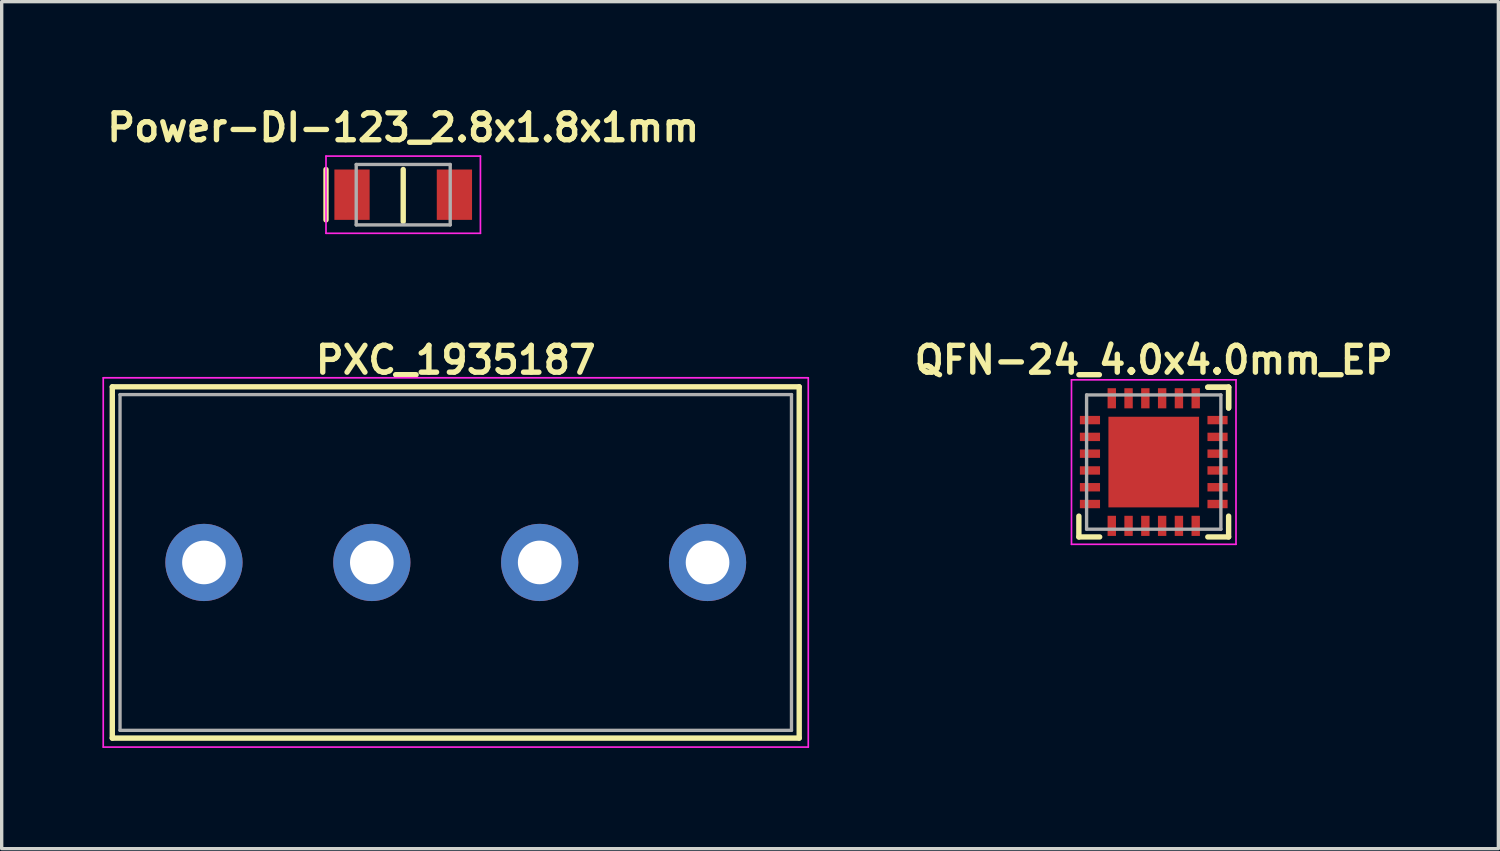
<source format=kicad_pcb>
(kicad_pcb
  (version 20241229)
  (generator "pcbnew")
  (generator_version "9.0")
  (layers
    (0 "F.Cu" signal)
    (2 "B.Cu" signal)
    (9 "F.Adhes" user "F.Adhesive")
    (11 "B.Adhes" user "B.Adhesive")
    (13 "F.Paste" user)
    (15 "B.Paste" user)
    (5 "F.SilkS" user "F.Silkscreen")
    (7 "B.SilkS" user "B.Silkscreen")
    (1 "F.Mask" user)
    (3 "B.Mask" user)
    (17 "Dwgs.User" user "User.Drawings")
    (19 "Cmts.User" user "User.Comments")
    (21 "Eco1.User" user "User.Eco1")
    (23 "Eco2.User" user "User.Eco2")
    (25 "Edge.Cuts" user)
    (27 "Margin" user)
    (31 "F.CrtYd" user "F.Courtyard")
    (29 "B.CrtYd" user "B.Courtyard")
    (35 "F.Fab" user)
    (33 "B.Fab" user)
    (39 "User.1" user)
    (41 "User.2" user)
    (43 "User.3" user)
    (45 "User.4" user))
  (footprint "PXC_1935187"
    (layer "F.Cu")
    (at 10.525 13.703)
    (property "Reference" "PXC_1935187" (at 0 -6.03 0) (layer "F.SilkS") (effects (font (size 0.8 0.8) (thickness 0.16))))
    (attr through_hole)
    (fp_line (start -10.23 -5.232) (end 10.23 -5.232) (stroke (width 0.16) (type solid)) (layer "F.SilkS"))
    (fp_line (start -10.23 -5.23) (end -10.23 5.232) (stroke (width 0.16) (type solid)) (layer "F.SilkS"))
    (fp_line (start 10.23 5.23) (end 10.23 -5.232) (stroke (width 0.16) (type solid)) (layer "F.SilkS"))
    (fp_line (start 10.23 5.232) (end -10.23 5.232) (stroke (width 0.16) (type solid)) (layer "F.SilkS"))
    (fp_line (start -10.5 -5.5) (end -10.5 5.5) (stroke (width 0.05) (type solid)) (layer "F.CrtYd"))
    (fp_line (start -10.5 -5.5) (end 10.5 -5.5) (stroke (width 0.05) (type solid)) (layer "F.CrtYd"))
    (fp_line (start 10.5 5.5) (end -10.5 5.5) (stroke (width 0.05) (type solid)) (layer "F.CrtYd"))
    (fp_line (start 10.5 5.5) (end 10.5 -5.5) (stroke (width 0.05) (type solid)) (layer "F.CrtYd"))
    (fp_line (start -10 5) (end -10 -5) (stroke (width 0.1) (type solid)) (layer "F.Fab"))
    (fp_line (start -10 5) (end 10 5) (stroke (width 0.1) (type solid)) (layer "F.Fab"))
    (fp_line (start 10 -5) (end -10 -5) (stroke (width 0.1) (type solid)) (layer "F.Fab"))
    (fp_line (start 10 -5) (end 10 5) (stroke (width 0.1) (type solid)) (layer "F.Fab"))
    (pad "1" thru_hole circle (at -7.5 0) (size 2.3 2.3) (drill 1.3) (layers "*.Cu" "*.Mask"))
    (pad "2" thru_hole circle (at -2.5 0) (size 2.3 2.3) (drill 1.3) (layers "*.Cu" "*.Mask"))
    (pad "3" thru_hole circle (at 2.5 0) (size 2.3 2.3) (drill 1.3) (layers "*.Cu" "*.Mask"))
    (pad "4" thru_hole circle (at 7.5 0) (size 2.3 2.3) (drill 1.3) (layers "*.Cu" "*.Mask")))
  (footprint "Power-DI-123_2.8x1.8x1mm"
    (layer "F.Cu")
    (at 8.96 2.749)
    (property "Reference" "Power-DI-123_2.8x1.8x1mm" (at 0 -2 0) (layer "F.SilkS") (effects (font (size 0.8 0.8) (thickness 0.16))))
    (attr through_hole)
    (fp_line (start -2.3 -0.75) (end -2.3 0.75) (stroke (width 0.16) (type solid)) (layer "F.SilkS"))
    (fp_line (start 0 -0.75) (end 0 0.8) (stroke (width 0.16) (type solid)) (layer "F.SilkS"))
    (fp_line (start -2.3 -1.15) (end -2.3 1.15) (stroke (width 0.05) (type solid)) (layer "F.CrtYd"))
    (fp_line (start -2.3 -1.15) (end 2.3 -1.15) (stroke (width 0.05) (type solid)) (layer "F.CrtYd"))
    (fp_line (start 2.3 1.15) (end -2.3 1.15) (stroke (width 0.05) (type solid)) (layer "F.CrtYd"))
    (fp_line (start 2.3 1.15) (end 2.3 -1.15) (stroke (width 0.05) (type solid)) (layer "F.CrtYd"))
    (fp_line (start -1.4 -0.9) (end -1.4 0.9) (stroke (width 0.1) (type solid)) (layer "F.Fab"))
    (fp_line (start -1.4 -0.9) (end 1.4 -0.9) (stroke (width 0.1) (type solid)) (layer "F.Fab"))
    (fp_line (start 1.4 -0.9) (end 1.4 0.9) (stroke (width 0.1) (type solid)) (layer "F.Fab"))
    (fp_line (start 1.4 0.9) (end -1.4 0.9) (stroke (width 0.1) (type solid)) (layer "F.Fab"))
    (pad "1" smd rect (at -1.525 0) (size 1.05 1.5) (layers "F.Cu" "F.Mask" "F.Paste"))
    (pad "2" smd rect (at 1.525 0) (size 1.05 1.5) (layers "F.Cu" "F.Mask" "F.Paste")))
  (footprint "QFN-24_4.0x4.0mm_EP"
    (layer "F.Cu")
    (at 31.315 10.713)
    (property "Reference" "QFN-24_4.0x4.0mm_EP" (at 0 -3.04 0) (layer "F.SilkS") (effects (font (size 0.8 0.8) (thickness 0.16))))
    (attr through_hole)
    (fp_line (start -2.23 2.23) (end -2.23 1.61) (stroke (width 0.16) (type solid)) (layer "F.SilkS"))
    (fp_line (start -1.61 2.23) (end -2.23 2.23) (stroke (width 0.16) (type solid)) (layer "F.SilkS"))
    (fp_line (start 1.61 -2.23) (end 2.23 -2.23) (stroke (width 0.16) (type solid)) (layer "F.SilkS"))
    (fp_line (start 1.61 -2.23) (end 2.23 -2.23) (stroke (width 0.16) (type solid)) (layer "F.SilkS"))
    (fp_line (start 2.23 -2.23) (end 2.23 -1.61) (stroke (width 0.16) (type solid)) (layer "F.SilkS"))
    (fp_line (start 2.23 -2.23) (end 2.23 -1.61) (stroke (width 0.16) (type solid)) (layer "F.SilkS"))
    (fp_line (start 2.23 1.61) (end 2.23 2.23) (stroke (width 0.16) (type solid)) (layer "F.SilkS"))
    (fp_line (start 2.23 2.23) (end 1.61 2.23) (stroke (width 0.16) (type solid)) (layer "F.SilkS"))
    (fp_line (start -2.45 -2.45) (end -2.45 2.45) (stroke (width 0.05) (type solid)) (layer "F.CrtYd"))
    (fp_line (start -2.45 2.45) (end 2.45 2.45) (stroke (width 0.05) (type solid)) (layer "F.CrtYd"))
    (fp_line (start 2.45 -2.45) (end -2.45 -2.45) (stroke (width 0.05) (type solid)) (layer "F.CrtYd"))
    (fp_line (start 2.45 2.45) (end 2.45 -2.45) (stroke (width 0.05) (type solid)) (layer "F.CrtYd"))
    (fp_line (start -2 -2) (end 2 -2) (stroke (width 0.1) (type solid)) (layer "F.Fab"))
    (fp_line (start -2 2) (end -2 -2) (stroke (width 0.1) (type solid)) (layer "F.Fab"))
    (fp_line (start 2 -2) (end 2 2) (stroke (width 0.1) (type solid)) (layer "F.Fab"))
    (fp_line (start 2 2) (end -2 2) (stroke (width 0.1) (type solid)) (layer "F.Fab"))
    (pad "" smd rect (at -0.675 -0.675) (size 1.2 1.2) (layers "F.Paste"))
    (pad "" smd rect (at -0.675 0.675) (size 1.2 1.2) (layers "F.Paste"))
    (pad "" smd rect (at 0.675 -0.675) (size 1.2 1.2) (layers "F.Paste"))
    (pad "" smd rect (at 0.675 0.675) (size 1.2 1.2) (layers "F.Paste"))
    (pad "1" smd rect (at -1.9 -1.25) (size 0.6 0.25) (layers "F.Cu" "F.Mask" "F.Paste"))
    (pad "2" smd rect (at -1.9 -0.75) (size 0.6 0.25) (layers "F.Cu" "F.Mask" "F.Paste"))
    (pad "3" smd rect (at -1.9 -0.25) (size 0.6 0.25) (layers "F.Cu" "F.Mask" "F.Paste"))
    (pad "4" smd rect (at -1.9 0.25) (size 0.6 0.25) (layers "F.Cu" "F.Mask" "F.Paste"))
    (pad "5" smd rect (at -1.9 0.75) (size 0.6 0.25) (layers "F.Cu" "F.Mask" "F.Paste"))
    (pad "6" smd rect (at -1.9 1.25) (size 0.6 0.25) (layers "F.Cu" "F.Mask" "F.Paste"))
    (pad "7" smd rect (at -1.25 1.9 90) (size 0.6 0.25) (layers "F.Cu" "F.Mask" "F.Paste"))
    (pad "8" smd rect (at -0.75 1.9 90) (size 0.6 0.25) (layers "F.Cu" "F.Mask" "F.Paste"))
    (pad "9" smd rect (at -0.25 1.9 90) (size 0.6 0.25) (layers "F.Cu" "F.Mask" "F.Paste"))
    (pad "10" smd rect (at 0.25 1.9 90) (size 0.6 0.25) (layers "F.Cu" "F.Mask" "F.Paste"))
    (pad "11" smd rect (at 0.75 1.9 90) (size 0.6 0.25) (layers "F.Cu" "F.Mask" "F.Paste"))
    (pad "12" smd rect (at 1.25 1.9 90) (size 0.6 0.25) (layers "F.Cu" "F.Mask" "F.Paste"))
    (pad "13" smd rect (at 1.9 1.25 180) (size 0.6 0.25) (layers "F.Cu" "F.Mask" "F.Paste"))
    (pad "14" smd rect (at 1.9 0.75 180) (size 0.6 0.25) (layers "F.Cu" "F.Mask" "F.Paste"))
    (pad "15" smd rect (at 1.9 0.25 180) (size 0.6 0.25) (layers "F.Cu" "F.Mask" "F.Paste"))
    (pad "16" smd rect (at 1.9 -0.25 180) (size 0.6 0.25) (layers "F.Cu" "F.Mask" "F.Paste"))
    (pad "17" smd rect (at 1.9 -0.75 180) (size 0.6 0.25) (layers "F.Cu" "F.Mask" "F.Paste"))
    (pad "18" smd rect (at 1.9 -1.25 180) (size 0.6 0.25) (layers "F.Cu" "F.Mask" "F.Paste"))
    (pad "19" smd rect (at 1.25 -1.9 270) (size 0.6 0.25) (layers "F.Cu" "F.Mask" "F.Paste"))
    (pad "20" smd rect (at 0.75 -1.9 270) (size 0.6 0.25) (layers "F.Cu" "F.Mask" "F.Paste"))
    (pad "21" smd rect (at 0.25 -1.9 270) (size 0.6 0.25) (layers "F.Cu" "F.Mask" "F.Paste"))
    (pad "22" smd rect (at -0.25 -1.9 270) (size 0.6 0.25) (layers "F.Cu" "F.Mask" "F.Paste"))
    (pad "23" smd rect (at -0.75 -1.9 270) (size 0.6 0.25) (layers "F.Cu" "F.Mask" "F.Paste"))
    (pad "24" smd rect (at -1.25 -1.9 270) (size 0.6 0.25) (layers "F.Cu" "F.Mask" "F.Paste"))
    (pad "25" smd rect (at 0 0 270) (size 2.7 2.7) (layers "F.Cu" "F.Mask")))
  (gr_rect
    (start -3 -3)
    (end 41.58 22.228)
    (stroke (width 0.1) (type default))
    (fill no)
    (layer "Edge.Cuts")))
</source>
